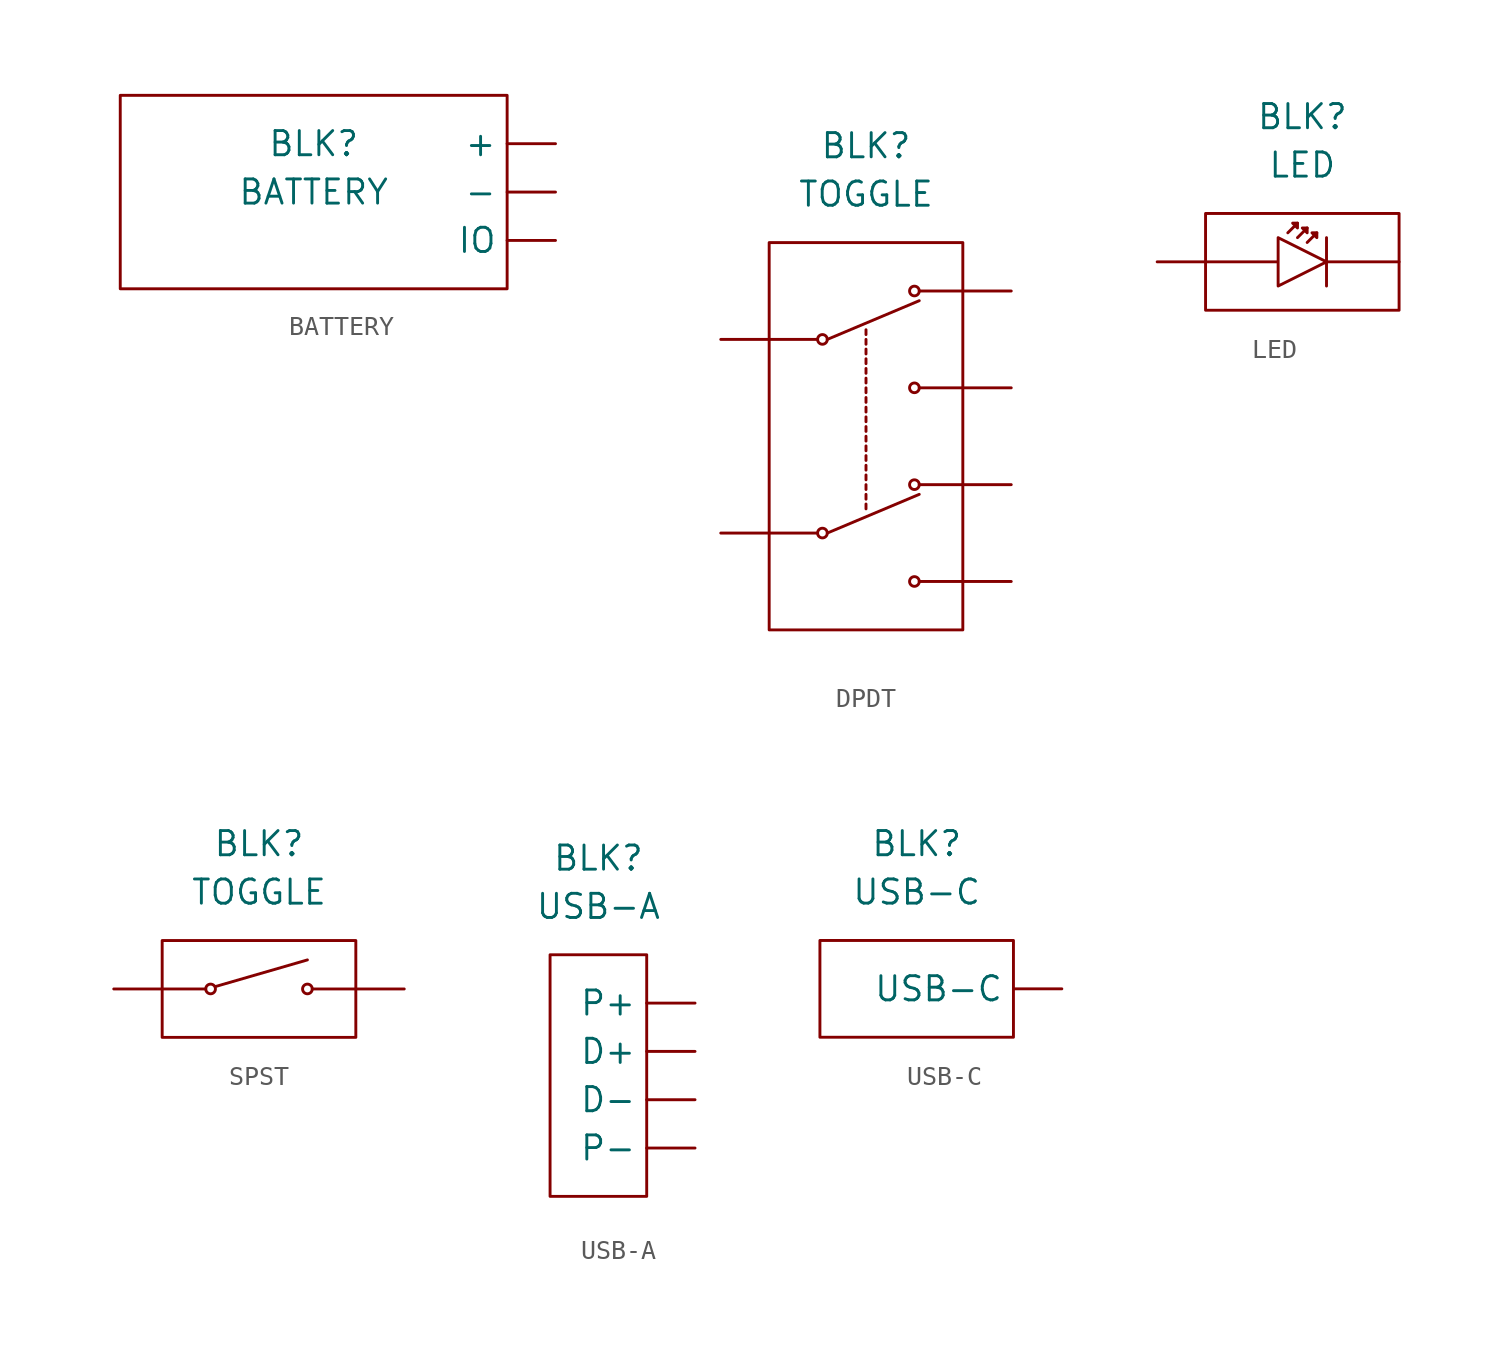
<source format=kicad_sym>
(kicad_symbol_lib
  (version 20220914)
  (generator kicad_symbol_editor)
  (symbol "BATTERY"
    (pin_numbers hide)
    (property "Reference" "BLK"
      (at 0 2.54 0)
      (effects (font (size 1.27 1.27))))
    (property "Value" "BATTERY"
      (at 0 0 0)
      (effects (font (size 1.27 1.27))))
    (symbol "BATTERY_0_1"
      (rectangle (start -10.16 5.08) (end 10.16 -5.08) (stroke (width 0) (type default)) (fill (type none))))
    (symbol "BATTERY_1_1"
      (pin passive line (at 12.7 2.54 180) (length 2.54) (name "+" (effects (font (size 1.27 1.27)))) (number "1" (effects (font (size 1.27 1.27)))))
      (pin passive line (at 12.7 0 180) (length 2.54) (name "-" (effects (font (size 1.27 1.27)))) (number "2" (effects (font (size 1.27 1.27)))))
      (pin passive line (at 12.7 -2.54 180) (length 2.54) (name "IO" (effects (font (size 1.27 1.27)))) (number "3" (effects (font (size 1.27 1.27)))))))
  (symbol "DPDT"
    (pin_numbers hide)
    (pin_names hide)
    (property "Reference" "BLK"
      (at 0 7.62 0)
      (effects (font (size 1.27 1.27))))
    (property "Value" "TOGGLE"
      (at 0 5.08 0)
      (effects (font (size 1.27 1.27))))
    (symbol "DPDT_0_1"
      (rectangle (start -5.08 2.54) (end 5.08 -17.78) (stroke (width 0) (type default)) (fill (type none)))
      (circle (center -2.286 -12.7) (radius 0.254) (stroke (width 0) (type default)) (fill (type none)))
      (circle (center -2.286 -2.54) (radius 0.254) (stroke (width 0) (type default)) (fill (type none)))
      (polyline (pts (xy -2.54 -12.7) (xy -5.08 -12.7)) (stroke (width 0) (type default)) (fill (type none)))
      (polyline (pts (xy -2.54 -2.54) (xy -5.08 -2.54)) (stroke (width 0) (type default)) (fill (type none)))
      (polyline (pts (xy -2.032 -12.7) (xy 2.794 -10.668)) (stroke (width 0) (type default)) (fill (type none)))
      (polyline (pts (xy -2.032 -2.54) (xy 2.794 -0.508)) (stroke (width 0) (type default)) (fill (type none)))
      (polyline (pts (xy 0 -11.176) (xy 0 -11.43)) (stroke (width 0) (type default)) (fill (type none)))
      (polyline (pts (xy 0 -10.668) (xy 0 -10.922)) (stroke (width 0) (type default)) (fill (type none)))
      (polyline (pts (xy 0 -10.16) (xy 0 -10.414)) (stroke (width 0) (type default)) (fill (type none)))
      (polyline (pts (xy 0 -9.652) (xy 0 -9.906)) (stroke (width 0) (type default)) (fill (type none)))
      (polyline (pts (xy 0 -9.144) (xy 0 -9.398)) (stroke (width 0) (type default)) (fill (type none)))
      (polyline (pts (xy 0 -8.636) (xy 0 -8.89)) (stroke (width 0) (type default)) (fill (type none)))
      (polyline (pts (xy 0 -8.128) (xy 0 -8.382)) (stroke (width 0) (type default)) (fill (type none)))
      (polyline (pts (xy 0 -7.62) (xy 0 -7.874)) (stroke (width 0) (type default)) (fill (type none)))
      (polyline (pts (xy 0 -7.112) (xy 0 -7.366)) (stroke (width 0) (type default)) (fill (type none)))
      (polyline (pts (xy 0 -6.604) (xy 0 -6.858)) (stroke (width 0) (type default)) (fill (type none)))
      (polyline (pts (xy 0 -6.096) (xy 0 -6.35)) (stroke (width 0) (type default)) (fill (type none)))
      (polyline (pts (xy 0 -5.588) (xy 0 -5.842)) (stroke (width 0) (type default)) (fill (type none)))
      (polyline (pts (xy 0 -5.08) (xy 0 -5.334)) (stroke (width 0) (type default)) (fill (type none)))
      (polyline (pts (xy 0 -4.572) (xy 0 -4.826)) (stroke (width 0) (type default)) (fill (type none)))
      (polyline (pts (xy 0 -4.064) (xy 0 -4.318)) (stroke (width 0) (type default)) (fill (type none)))
      (polyline (pts (xy 0 -3.556) (xy 0 -3.81)) (stroke (width 0) (type default)) (fill (type none)))
      (polyline (pts (xy 0 -3.048) (xy 0 -3.302)) (stroke (width 0) (type default)) (fill (type none)))
      (polyline (pts (xy 0 -2.54) (xy 0 -2.794)) (stroke (width 0) (type default)) (fill (type none)))
      (polyline (pts (xy 0 -2.032) (xy 0 -2.286)) (stroke (width 0) (type default)) (fill (type none)))
      (polyline (pts (xy 2.794 -15.24) (xy 5.08 -15.24)) (stroke (width 0) (type default)) (fill (type none)))
      (polyline (pts (xy 2.794 -5.08) (xy 5.08 -5.08)) (stroke (width 0) (type default)) (fill (type none)))
      (polyline (pts (xy 5.08 -10.16) (xy 2.794 -10.16)) (stroke (width 0) (type default)) (fill (type none)))
      (polyline (pts (xy 5.08 0) (xy 2.794 0)) (stroke (width 0) (type default)) (fill (type none)))
      (circle (center 2.54 -15.24) (radius 0.254) (stroke (width 0) (type default)) (fill (type none)))
      (circle (center 2.54 -10.16) (radius 0.254) (stroke (width 0) (type default)) (fill (type none)))
      (circle (center 2.54 -5.08) (radius 0.254) (stroke (width 0) (type default)) (fill (type none)))
      (circle (center 2.54 0) (radius 0.254) (stroke (width 0) (type default)) (fill (type none))))
    (symbol "DPDT_1_1"
      (pin passive line (at 7.62 0 180) (length 2.54) (name "1" (effects (font (size 1.27 1.27)))) (number "1" (effects (font (size 1.27 1.27)))))
      (pin passive line (at 7.62 -5.08 180) (length 2.54) (name "2" (effects (font (size 1.27 1.27)))) (number "2" (effects (font (size 1.27 1.27)))))
      (pin passive line (at -7.62 -2.54 0) (length 2.54) (name "3" (effects (font (size 1.27 1.27)))) (number "3" (effects (font (size 1.27 1.27)))))
      (pin passive line (at 7.62 -10.16 180) (length 2.54) (name "4" (effects (font (size 1.27 1.27)))) (number "4" (effects (font (size 1.27 1.27)))))
      (pin passive line (at 7.62 -15.24 180) (length 2.54) (name "5" (effects (font (size 1.27 1.27)))) (number "5" (effects (font (size 1.27 1.27)))))
      (pin passive line (at -7.62 -12.7 0) (length 2.54) (name "6" (effects (font (size 1.27 1.27)))) (number "6" (effects (font (size 1.27 1.27)))))))
  (symbol "LED"
    (pin_numbers hide)
    (pin_names hide)
    (property "Reference" "BLK"
      (at 0 7.62 0)
      (effects (font (size 1.27 1.27))))
    (property "Value" "LED"
      (at 0 5.08 0)
      (effects (font (size 1.27 1.27))))
    (symbol "LED_0_1"
      (rectangle (start -5.08 2.54) (end 5.08 -2.54) (stroke (width 0) (type default)) (fill (type none)))
      (polyline (pts (xy -0.762 1.524) (xy -0.254 2.032)) (stroke (width 0) (type default)) (fill (type none)))
      (polyline (pts (xy -0.254 1.27) (xy 0.254 1.778)) (stroke (width 0) (type default)) (fill (type none)))
      (polyline (pts (xy 0.254 1.016) (xy 0.762 1.524)) (stroke (width 0) (type default)) (fill (type none)))
      (polyline (pts (xy 1.27 0) (xy 5.08 0)) (stroke (width 0) (type default)) (fill (type none)))
      (polyline (pts (xy 1.27 1.27) (xy 1.27 -1.27)) (stroke (width 0) (type default)) (fill (type none)))
      (polyline (pts (xy -0.254 2.032) (xy -0.508 2.032) (xy -0.254 1.778) (xy -0.254 2.032)) (stroke (width 0) (type default)) (fill (type none)))
      (polyline (pts (xy 0.254 1.778) (xy 0 1.778) (xy 0.254 1.524) (xy 0.254 1.778)) (stroke (width 0) (type default)) (fill (type none)))
      (polyline (pts (xy 0.762 1.524) (xy 0.508 1.524) (xy 0.762 1.27) (xy 0.762 1.524)) (stroke (width 0) (type default)) (fill (type none)))
      (polyline (pts (xy -5.08 0) (xy -1.27 0) (xy -1.27 1.27) (xy 1.27 0) (xy -1.27 -1.27) (xy -1.27 0)) (stroke (width 0) (type default)) (fill (type none))))
    (symbol "LED_1_1"
      (pin passive line (at -7.62 0 0) (length 2.54) (name "1" (effects (font (size 1.27 1.27)))) (number "1" (effects (font (size 1.27 1.27)))))))
  (symbol "SPST"
    (pin_numbers hide)
    (pin_names hide)
    (property "Reference" "BLK"
      (at 0 7.62 0)
      (effects (font (size 1.27 1.27))))
    (property "Value" "TOGGLE"
      (at 0 5.08 0)
      (effects (font (size 1.27 1.27))))
    (symbol "SPST_0_1"
      (rectangle (start -5.08 2.54) (end 5.08 -2.54) (stroke (width 0) (type default)) (fill (type none)))
      (circle (center -2.54 0) (radius 0.254) (stroke (width 0) (type default)) (fill (type none)))
      (polyline (pts (xy -5.08 0) (xy -2.794 0)) (stroke (width 0) (type default)) (fill (type none)))
      (polyline (pts (xy -2.286 0.127) (xy 2.54 1.524)) (stroke (width 0) (type default)) (fill (type none)))
      (polyline (pts (xy 2.794 0) (xy 5.08 0)) (stroke (width 0) (type default)) (fill (type none)))
      (circle (center 2.54 0) (radius 0.254) (stroke (width 0) (type default)) (fill (type none))))
    (symbol "SPST_1_1"
      (pin passive line (at -7.62 0 0) (length 2.54) (name "1" (effects (font (size 1.27 1.27)))) (number "1" (effects (font (size 1.27 1.27)))))
      (pin passive line (at 7.62 0 180) (length 2.54) (name "2" (effects (font (size 1.27 1.27)))) (number "2" (effects (font (size 1.27 1.27)))))))
  (symbol "USB-A"
    (pin_numbers hide)
    (property "Reference" "BLK"
      (at 0 7.62 0)
      (effects (font (size 1.27 1.27))))
    (property "Value" "USB-A"
      (at 0 5.08 0)
      (effects (font (size 1.27 1.27))))
    (symbol "USB-A_0_1"
      (rectangle (start -2.54 2.54) (end 2.54 -10.16) (stroke (width 0) (type default)) (fill (type none))))
    (symbol "USB-A_1_1"
      (pin passive line (at 5.08 0 180) (length 2.54) (name "P+" (effects (font (size 1.27 1.27)))) (number "1" (effects (font (size 1.27 1.27)))))
      (pin passive line (at 5.08 -2.54 180) (length 2.54) (name "D+" (effects (font (size 1.27 1.27)))) (number "2" (effects (font (size 1.27 1.27)))))
      (pin passive line (at 5.08 -5.08 180) (length 2.54) (name "D-" (effects (font (size 1.27 1.27)))) (number "3" (effects (font (size 1.27 1.27)))))
      (pin passive line (at 5.08 -7.62 180) (length 2.54) (name "P-" (effects (font (size 1.27 1.27)))) (number "4" (effects (font (size 1.27 1.27)))))))
  (symbol "USB-C"
    (pin_numbers hide)
    (property "Reference" "BLK"
      (at 0 7.62 0)
      (effects (font (size 1.27 1.27))))
    (property "Value" "USB-C"
      (at 0 5.08 0)
      (effects (font (size 1.27 1.27))))
    (symbol "USB-C_0_1"
      (rectangle (start -5.08 2.54) (end 5.08 -2.54) (stroke (width 0) (type default)) (fill (type none))))
    (symbol "USB-C_1_1"
      (pin passive line (at 7.62 0 180) (length 2.54) (name "USB-C" (effects (font (size 1.27 1.27)))) (number "1" (effects (font (size 1.27 1.27))))))))
</source>
